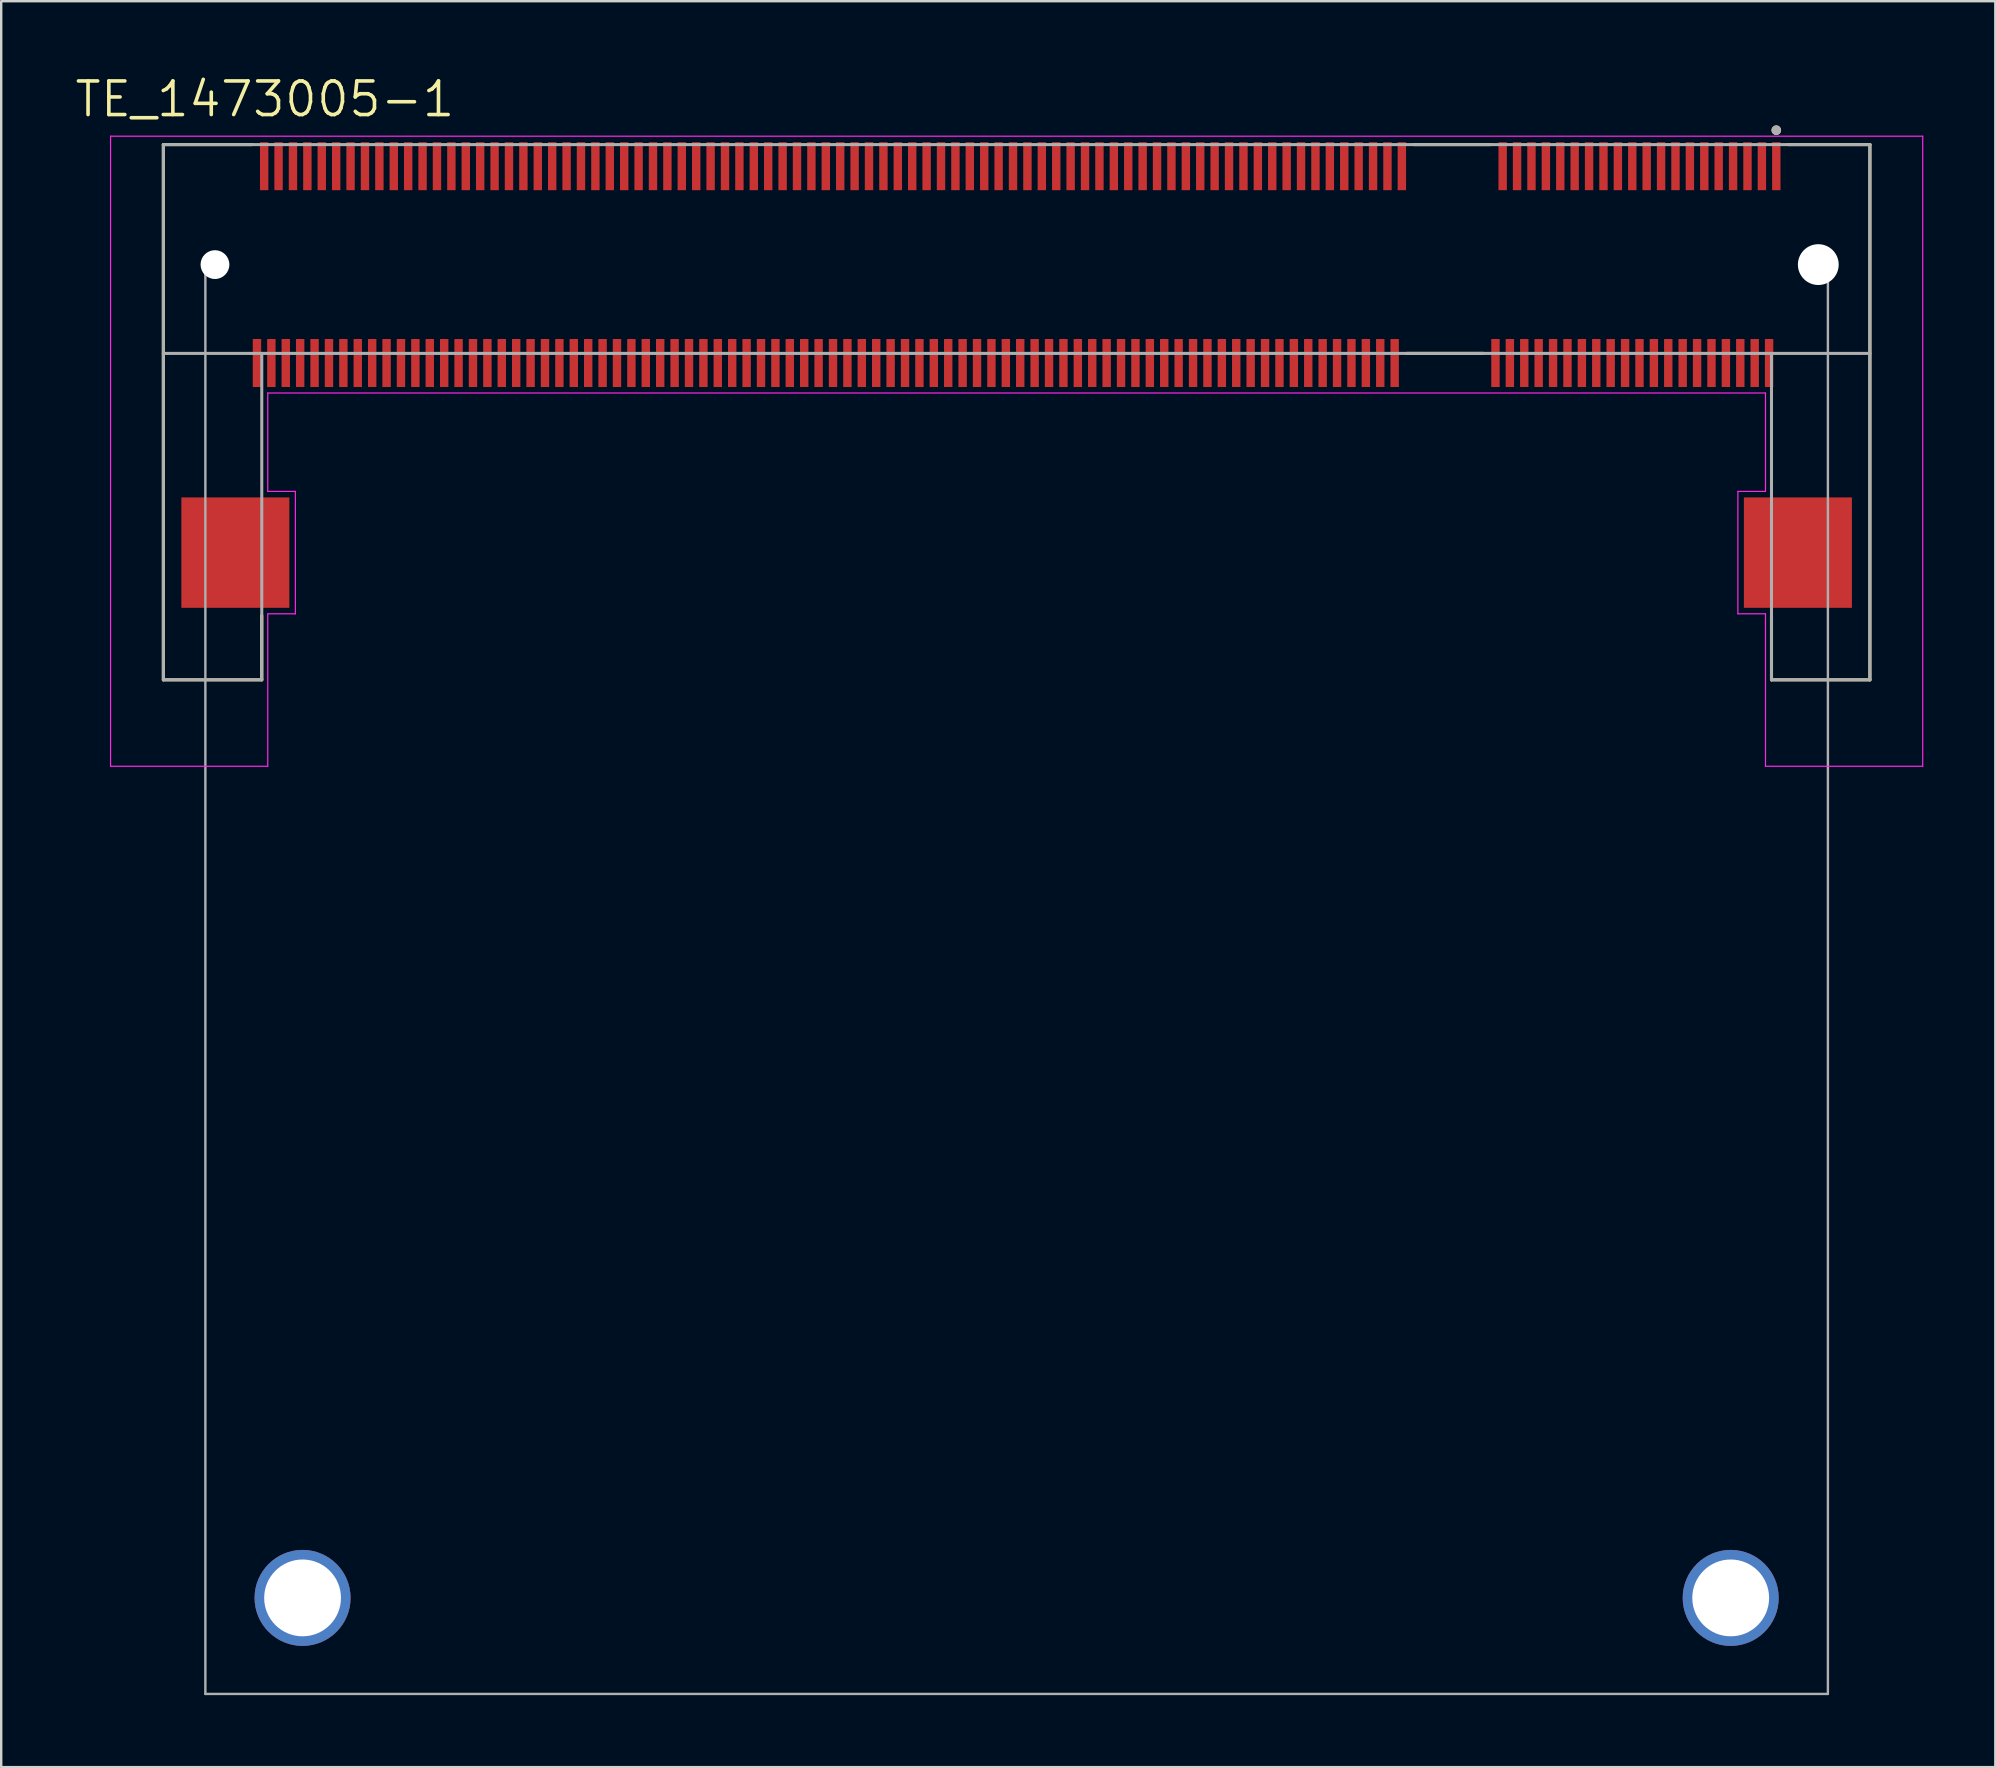
<source format=kicad_pcb>
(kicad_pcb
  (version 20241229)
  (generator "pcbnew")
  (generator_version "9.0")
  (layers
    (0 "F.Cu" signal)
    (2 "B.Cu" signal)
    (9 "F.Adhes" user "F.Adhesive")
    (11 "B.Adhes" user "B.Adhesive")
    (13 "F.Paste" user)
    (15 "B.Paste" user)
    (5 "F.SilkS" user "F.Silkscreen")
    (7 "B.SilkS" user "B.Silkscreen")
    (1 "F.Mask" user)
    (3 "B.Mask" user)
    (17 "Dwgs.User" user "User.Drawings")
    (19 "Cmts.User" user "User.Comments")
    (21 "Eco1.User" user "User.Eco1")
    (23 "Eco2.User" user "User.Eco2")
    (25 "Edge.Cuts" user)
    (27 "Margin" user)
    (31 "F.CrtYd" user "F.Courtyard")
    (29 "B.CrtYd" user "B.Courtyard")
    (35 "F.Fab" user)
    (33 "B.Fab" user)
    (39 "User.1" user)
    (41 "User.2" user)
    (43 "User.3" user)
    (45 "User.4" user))
  (footprint "TE_1473005-1"
    (layer "F.Cu")
    (at 39.306 7.974)
    (property "Reference" "TE_1473005-1" (at -31.321 -6.892 0) (layer "F.SilkS") (effects (font (size 1.4 1.4) (thickness 0.15))))
    (attr smd)
    (fp_line (start -35.55 -5) (end -35.55 17.3) (stroke (width 0.127) (type solid)) (layer "F.SilkS"))
    (fp_line (start -35.55 17.3) (end -31.45 17.3) (stroke (width 0.127) (type solid)) (layer "F.SilkS"))
    (fp_line (start -31.85 -5) (end -35.55 -5) (stroke (width 0.127) (type solid)) (layer "F.SilkS"))
    (fp_line (start -31.45 17.3) (end -31.45 14.62) (stroke (width 0.127) (type solid)) (layer "F.SilkS"))
    (fp_line (start 16.25 3.7) (end 19.45 3.7) (stroke (width 0.127) (type solid)) (layer "F.SilkS"))
    (fp_line (start 16.55 -5) (end 19.75 -5) (stroke (width 0.127) (type solid)) (layer "F.SilkS"))
    (fp_line (start 31.45 14.62) (end 31.45 17.3) (stroke (width 0.127) (type solid)) (layer "F.SilkS"))
    (fp_line (start 32.15 -5) (end 35.55 -5) (stroke (width 0.127) (type solid)) (layer "F.SilkS"))
    (fp_line (start 35.55 -5) (end 35.55 17.3) (stroke (width 0.127) (type solid)) (layer "F.SilkS"))
    (fp_line (start 35.55 17.3) (end 31.45 17.3) (stroke (width 0.127) (type solid)) (layer "F.SilkS"))
    (fp_circle (center 31.65 -5.6) (end 31.75 -5.6) (stroke (width 0.2) (type solid)) (fill no) (layer "F.SilkS"))
    (fp_line (start -37.75 -5.35) (end 37.75 -5.35) (stroke (width 0.05) (type solid)) (layer "F.CrtYd"))
    (fp_line (start -37.75 20.9) (end -37.75 -5.35) (stroke (width 0.05) (type solid)) (layer "F.CrtYd"))
    (fp_line (start -31.2 5.35) (end -31.2 9.45) (stroke (width 0.05) (type solid)) (layer "F.CrtYd"))
    (fp_line (start -31.2 9.45) (end -30.05 9.45) (stroke (width 0.05) (type solid)) (layer "F.CrtYd"))
    (fp_line (start -31.2 14.55) (end -31.2 20.9) (stroke (width 0.05) (type solid)) (layer "F.CrtYd"))
    (fp_line (start -31.2 20.9) (end -37.75 20.9) (stroke (width 0.05) (type solid)) (layer "F.CrtYd"))
    (fp_line (start -30.05 9.45) (end -30.05 14.55) (stroke (width 0.05) (type solid)) (layer "F.CrtYd"))
    (fp_line (start -30.05 14.55) (end -31.2 14.55) (stroke (width 0.05) (type solid)) (layer "F.CrtYd"))
    (fp_line (start 30.05 9.45) (end 31.2 9.45) (stroke (width 0.05) (type solid)) (layer "F.CrtYd"))
    (fp_line (start 30.05 14.55) (end 30.05 9.45) (stroke (width 0.05) (type solid)) (layer "F.CrtYd"))
    (fp_line (start 31.2 5.35) (end -31.2 5.35) (stroke (width 0.05) (type solid)) (layer "F.CrtYd"))
    (fp_line (start 31.2 9.45) (end 31.2 5.35) (stroke (width 0.05) (type solid)) (layer "F.CrtYd"))
    (fp_line (start 31.2 14.55) (end 30.05 14.55) (stroke (width 0.05) (type solid)) (layer "F.CrtYd"))
    (fp_line (start 31.2 20.9) (end 31.2 14.55) (stroke (width 0.05) (type solid)) (layer "F.CrtYd"))
    (fp_line (start 37.75 -5.35) (end 37.75 20.9) (stroke (width 0.05) (type solid)) (layer "F.CrtYd"))
    (fp_line (start 37.75 20.9) (end 31.2 20.9) (stroke (width 0.05) (type solid)) (layer "F.CrtYd"))
    (fp_line (start -35.55 -5) (end -35.55 3.7) (stroke (width 0.127) (type solid)) (layer "F.Fab"))
    (fp_line (start -35.55 -5) (end 35.55 -5) (stroke (width 0.127) (type solid)) (layer "F.Fab"))
    (fp_line (start -35.55 3.7) (end -35.55 17.3) (stroke (width 0.127) (type solid)) (layer "F.Fab"))
    (fp_line (start -35.55 3.7) (end -31.45 3.7) (stroke (width 0.127) (type solid)) (layer "F.Fab"))
    (fp_line (start -35.55 17.3) (end -31.45 17.3) (stroke (width 0.127) (type solid)) (layer "F.Fab"))
    (fp_line (start -33.8 0) (end -33.8 59.55) (stroke (width 0.1) (type default)) (layer "F.Fab"))
    (fp_line (start -33.8 59.55) (end 33.8 59.55) (stroke (width 0.1) (type default)) (layer "F.Fab"))
    (fp_line (start -31.45 3.7) (end 31.45 3.7) (stroke (width 0.127) (type solid)) (layer "F.Fab"))
    (fp_line (start -31.45 17.3) (end -31.45 3.7) (stroke (width 0.127) (type solid)) (layer "F.Fab"))
    (fp_line (start 31.45 3.7) (end 31.45 17.3) (stroke (width 0.127) (type solid)) (layer "F.Fab"))
    (fp_line (start 31.45 3.7) (end 35.55 3.7) (stroke (width 0.127) (type solid)) (layer "F.Fab"))
    (fp_line (start 31.45 17.3) (end 35.55 17.3) (stroke (width 0.127) (type solid)) (layer "F.Fab"))
    (fp_line (start 33.8 59.55) (end 33.8 0) (stroke (width 0.1) (type default)) (layer "F.Fab"))
    (fp_line (start 35.55 -5) (end 35.55 3.7) (stroke (width 0.127) (type solid)) (layer "F.Fab"))
    (fp_line (start 35.55 3.7) (end 35.55 17.3) (stroke (width 0.127) (type solid)) (layer "F.Fab"))
    (fp_circle (center 31.65 -5.6) (end 31.75 -5.6) (stroke (width 0.2) (type solid)) (fill no) (layer "F.Fab"))
    (pad "" np_thru_hole circle (at -33.4 0) (size 1.2 1.2) (drill 1.2) (layers "*.Cu" "*.Mask"))
    (pad "" thru_hole circle (at -29.75 55.55) (size 4 4) (drill 3.2) (layers "*.Cu" "*.Mask"))
    (pad "" thru_hole circle (at 29.75 55.55) (size 4 4) (drill 3.2) (layers "*.Cu" "*.Mask"))
    (pad "" np_thru_hole circle (at 33.4 0) (size 1.7 1.7) (drill 1.7) (layers "*.Cu" "*.Mask"))
    (pad "1" smd rect (at 31.65 -4.1) (size 0.35 2) (layers "F.Cu" "F.Mask" "F.Paste"))
    (pad "2" smd rect (at 31.35 4.1) (size 0.35 2) (layers "F.Cu" "F.Mask" "F.Paste"))
    (pad "3" smd rect (at 31.05 -4.1) (size 0.35 2) (layers "F.Cu" "F.Mask" "F.Paste"))
    (pad "4" smd rect (at 30.75 4.1) (size 0.35 2) (layers "F.Cu" "F.Mask" "F.Paste"))
    (pad "5" smd rect (at 30.45 -4.1) (size 0.35 2) (layers "F.Cu" "F.Mask" "F.Paste"))
    (pad "6" smd rect (at 30.15 4.1) (size 0.35 2) (layers "F.Cu" "F.Mask" "F.Paste"))
    (pad "7" smd rect (at 29.85 -4.1) (size 0.35 2) (layers "F.Cu" "F.Mask" "F.Paste"))
    (pad "8" smd rect (at 29.55 4.1) (size 0.35 2) (layers "F.Cu" "F.Mask" "F.Paste"))
    (pad "9" smd rect (at 29.25 -4.1) (size 0.35 2) (layers "F.Cu" "F.Mask" "F.Paste"))
    (pad "10" smd rect (at 28.95 4.1) (size 0.35 2) (layers "F.Cu" "F.Mask" "F.Paste"))
    (pad "11" smd rect (at 28.65 -4.1) (size 0.35 2) (layers "F.Cu" "F.Mask" "F.Paste"))
    (pad "12" smd rect (at 28.35 4.1) (size 0.35 2) (layers "F.Cu" "F.Mask" "F.Paste"))
    (pad "13" smd rect (at 28.05 -4.1) (size 0.35 2) (layers "F.Cu" "F.Mask" "F.Paste"))
    (pad "14" smd rect (at 27.75 4.1) (size 0.35 2) (layers "F.Cu" "F.Mask" "F.Paste"))
    (pad "15" smd rect (at 27.45 -4.1) (size 0.35 2) (layers "F.Cu" "F.Mask" "F.Paste"))
    (pad "16" smd rect (at 27.15 4.1) (size 0.35 2) (layers "F.Cu" "F.Mask" "F.Paste"))
    (pad "17" smd rect (at 26.85 -4.1) (size 0.35 2) (layers "F.Cu" "F.Mask" "F.Paste"))
    (pad "18" smd rect (at 26.55 4.1) (size 0.35 2) (layers "F.Cu" "F.Mask" "F.Paste"))
    (pad "19" smd rect (at 26.25 -4.1) (size 0.35 2) (layers "F.Cu" "F.Mask" "F.Paste"))
    (pad "20" smd rect (at 25.95 4.1) (size 0.35 2) (layers "F.Cu" "F.Mask" "F.Paste"))
    (pad "21" smd rect (at 25.65 -4.1) (size 0.35 2) (layers "F.Cu" "F.Mask" "F.Paste"))
    (pad "22" smd rect (at 25.35 4.1) (size 0.35 2) (layers "F.Cu" "F.Mask" "F.Paste"))
    (pad "23" smd rect (at 25.05 -4.1) (size 0.35 2) (layers "F.Cu" "F.Mask" "F.Paste"))
    (pad "24" smd rect (at 24.75 4.1) (size 0.35 2) (layers "F.Cu" "F.Mask" "F.Paste"))
    (pad "25" smd rect (at 24.45 -4.1) (size 0.35 2) (layers "F.Cu" "F.Mask" "F.Paste"))
    (pad "26" smd rect (at 24.15 4.1) (size 0.35 2) (layers "F.Cu" "F.Mask" "F.Paste"))
    (pad "27" smd rect (at 23.85 -4.1) (size 0.35 2) (layers "F.Cu" "F.Mask" "F.Paste"))
    (pad "28" smd rect (at 23.55 4.1) (size 0.35 2) (layers "F.Cu" "F.Mask" "F.Paste"))
    (pad "29" smd rect (at 23.25 -4.1) (size 0.35 2) (layers "F.Cu" "F.Mask" "F.Paste"))
    (pad "30" smd rect (at 22.95 4.1) (size 0.35 2) (layers "F.Cu" "F.Mask" "F.Paste"))
    (pad "31" smd rect (at 22.65 -4.1) (size 0.35 2) (layers "F.Cu" "F.Mask" "F.Paste"))
    (pad "32" smd rect (at 22.35 4.1) (size 0.35 2) (layers "F.Cu" "F.Mask" "F.Paste"))
    (pad "33" smd rect (at 22.05 -4.1) (size 0.35 2) (layers "F.Cu" "F.Mask" "F.Paste"))
    (pad "34" smd rect (at 21.75 4.1) (size 0.35 2) (layers "F.Cu" "F.Mask" "F.Paste"))
    (pad "35" smd rect (at 21.45 -4.1) (size 0.35 2) (layers "F.Cu" "F.Mask" "F.Paste"))
    (pad "36" smd rect (at 21.15 4.1) (size 0.35 2) (layers "F.Cu" "F.Mask" "F.Paste"))
    (pad "37" smd rect (at 20.85 -4.1) (size 0.35 2) (layers "F.Cu" "F.Mask" "F.Paste"))
    (pad "38" smd rect (at 20.55 4.1) (size 0.35 2) (layers "F.Cu" "F.Mask" "F.Paste"))
    (pad "39" smd rect (at 20.25 -4.1) (size 0.35 2) (layers "F.Cu" "F.Mask" "F.Paste"))
    (pad "40" smd rect (at 19.95 4.1) (size 0.35 2) (layers "F.Cu" "F.Mask" "F.Paste"))
    (pad "41" smd rect (at 16.05 -4.1) (size 0.35 2) (layers "F.Cu" "F.Mask" "F.Paste"))
    (pad "42" smd rect (at 15.75 4.1) (size 0.35 2) (layers "F.Cu" "F.Mask" "F.Paste"))
    (pad "43" smd rect (at 15.45 -4.1) (size 0.35 2) (layers "F.Cu" "F.Mask" "F.Paste"))
    (pad "44" smd rect (at 15.15 4.1) (size 0.35 2) (layers "F.Cu" "F.Mask" "F.Paste"))
    (pad "45" smd rect (at 14.85 -4.1) (size 0.35 2) (layers "F.Cu" "F.Mask" "F.Paste"))
    (pad "46" smd rect (at 14.55 4.1) (size 0.35 2) (layers "F.Cu" "F.Mask" "F.Paste"))
    (pad "47" smd rect (at 14.25 -4.1) (size 0.35 2) (layers "F.Cu" "F.Mask" "F.Paste"))
    (pad "48" smd rect (at 13.95 4.1) (size 0.35 2) (layers "F.Cu" "F.Mask" "F.Paste"))
    (pad "49" smd rect (at 13.65 -4.1) (size 0.35 2) (layers "F.Cu" "F.Mask" "F.Paste"))
    (pad "50" smd rect (at 13.35 4.1) (size 0.35 2) (layers "F.Cu" "F.Mask" "F.Paste"))
    (pad "51" smd rect (at 13.05 -4.1) (size 0.35 2) (layers "F.Cu" "F.Mask" "F.Paste"))
    (pad "52" smd rect (at 12.75 4.1) (size 0.35 2) (layers "F.Cu" "F.Mask" "F.Paste"))
    (pad "53" smd rect (at 12.45 -4.1) (size 0.35 2) (layers "F.Cu" "F.Mask" "F.Paste"))
    (pad "54" smd rect (at 12.15 4.1) (size 0.35 2) (layers "F.Cu" "F.Mask" "F.Paste"))
    (pad "55" smd rect (at 11.85 -4.1) (size 0.35 2) (layers "F.Cu" "F.Mask" "F.Paste"))
    (pad "56" smd rect (at 11.55 4.1) (size 0.35 2) (layers "F.Cu" "F.Mask" "F.Paste"))
    (pad "57" smd rect (at 11.25 -4.1) (size 0.35 2) (layers "F.Cu" "F.Mask" "F.Paste"))
    (pad "58" smd rect (at 10.95 4.1) (size 0.35 2) (layers "F.Cu" "F.Mask" "F.Paste"))
    (pad "59" smd rect (at 10.65 -4.1) (size 0.35 2) (layers "F.Cu" "F.Mask" "F.Paste"))
    (pad "60" smd rect (at 10.35 4.1) (size 0.35 2) (layers "F.Cu" "F.Mask" "F.Paste"))
    (pad "61" smd rect (at 10.05 -4.1) (size 0.35 2) (layers "F.Cu" "F.Mask" "F.Paste"))
    (pad "62" smd rect (at 9.75 4.1) (size 0.35 2) (layers "F.Cu" "F.Mask" "F.Paste"))
    (pad "63" smd rect (at 9.45 -4.1) (size 0.35 2) (layers "F.Cu" "F.Mask" "F.Paste"))
    (pad "64" smd rect (at 9.15 4.1) (size 0.35 2) (layers "F.Cu" "F.Mask" "F.Paste"))
    (pad "65" smd rect (at 8.85 -4.1) (size 0.35 2) (layers "F.Cu" "F.Mask" "F.Paste"))
    (pad "66" smd rect (at 8.55 4.1) (size 0.35 2) (layers "F.Cu" "F.Mask" "F.Paste"))
    (pad "67" smd rect (at 8.25 -4.1) (size 0.35 2) (layers "F.Cu" "F.Mask" "F.Paste"))
    (pad "68" smd rect (at 7.95 4.1) (size 0.35 2) (layers "F.Cu" "F.Mask" "F.Paste"))
    (pad "69" smd rect (at 7.65 -4.1) (size 0.35 2) (layers "F.Cu" "F.Mask" "F.Paste"))
    (pad "70" smd rect (at 7.35 4.1) (size 0.35 2) (layers "F.Cu" "F.Mask" "F.Paste"))
    (pad "71" smd rect (at 7.05 -4.1) (size 0.35 2) (layers "F.Cu" "F.Mask" "F.Paste"))
    (pad "72" smd rect (at 6.75 4.1) (size 0.35 2) (layers "F.Cu" "F.Mask" "F.Paste"))
    (pad "73" smd rect (at 6.45 -4.1) (size 0.35 2) (layers "F.Cu" "F.Mask" "F.Paste"))
    (pad "74" smd rect (at 6.15 4.1) (size 0.35 2) (layers "F.Cu" "F.Mask" "F.Paste"))
    (pad "75" smd rect (at 5.85 -4.1) (size 0.35 2) (layers "F.Cu" "F.Mask" "F.Paste"))
    (pad "76" smd rect (at 5.55 4.1) (size 0.35 2) (layers "F.Cu" "F.Mask" "F.Paste"))
    (pad "77" smd rect (at 5.25 -4.1) (size 0.35 2) (layers "F.Cu" "F.Mask" "F.Paste"))
    (pad "78" smd rect (at 4.95 4.1) (size 0.35 2) (layers "F.Cu" "F.Mask" "F.Paste"))
    (pad "79" smd rect (at 4.65 -4.1) (size 0.35 2) (layers "F.Cu" "F.Mask" "F.Paste"))
    (pad "80" smd rect (at 4.35 4.1) (size 0.35 2) (layers "F.Cu" "F.Mask" "F.Paste"))
    (pad "81" smd rect (at 4.05 -4.1) (size 0.35 2) (layers "F.Cu" "F.Mask" "F.Paste"))
    (pad "82" smd rect (at 3.75 4.1) (size 0.35 2) (layers "F.Cu" "F.Mask" "F.Paste"))
    (pad "83" smd rect (at 3.45 -4.1) (size 0.35 2) (layers "F.Cu" "F.Mask" "F.Paste"))
    (pad "84" smd rect (at 3.15 4.1) (size 0.35 2) (layers "F.Cu" "F.Mask" "F.Paste"))
    (pad "85" smd rect (at 2.85 -4.1) (size 0.35 2) (layers "F.Cu" "F.Mask" "F.Paste"))
    (pad "86" smd rect (at 2.55 4.1) (size 0.35 2) (layers "F.Cu" "F.Mask" "F.Paste"))
    (pad "87" smd rect (at 2.25 -4.1) (size 0.35 2) (layers "F.Cu" "F.Mask" "F.Paste"))
    (pad "88" smd rect (at 1.95 4.1) (size 0.35 2) (layers "F.Cu" "F.Mask" "F.Paste"))
    (pad "89" smd rect (at 1.65 -4.1) (size 0.35 2) (layers "F.Cu" "F.Mask" "F.Paste"))
    (pad "90" smd rect (at 1.35 4.1) (size 0.35 2) (layers "F.Cu" "F.Mask" "F.Paste"))
    (pad "91" smd rect (at 1.05 -4.1) (size 0.35 2) (layers "F.Cu" "F.Mask" "F.Paste"))
    (pad "92" smd rect (at 0.75 4.1) (size 0.35 2) (layers "F.Cu" "F.Mask" "F.Paste"))
    (pad "93" smd rect (at 0.45 -4.1) (size 0.35 2) (layers "F.Cu" "F.Mask" "F.Paste"))
    (pad "94" smd rect (at 0.15 4.1) (size 0.35 2) (layers "F.Cu" "F.Mask" "F.Paste"))
    (pad "95" smd rect (at -0.15 -4.1) (size 0.35 2) (layers "F.Cu" "F.Mask" "F.Paste"))
    (pad "96" smd rect (at -0.45 4.1) (size 0.35 2) (layers "F.Cu" "F.Mask" "F.Paste"))
    (pad "97" smd rect (at -0.75 -4.1) (size 0.35 2) (layers "F.Cu" "F.Mask" "F.Paste"))
    (pad "98" smd rect (at -1.05 4.1) (size 0.35 2) (layers "F.Cu" "F.Mask" "F.Paste"))
    (pad "99" smd rect (at -1.35 -4.1) (size 0.35 2) (layers "F.Cu" "F.Mask" "F.Paste"))
    (pad "100" smd rect (at -1.65 4.1) (size 0.35 2) (layers "F.Cu" "F.Mask" "F.Paste"))
    (pad "101" smd rect (at -1.95 -4.1) (size 0.35 2) (layers "F.Cu" "F.Mask" "F.Paste"))
    (pad "102" smd rect (at -2.25 4.1) (size 0.35 2) (layers "F.Cu" "F.Mask" "F.Paste"))
    (pad "103" smd rect (at -2.55 -4.1) (size 0.35 2) (layers "F.Cu" "F.Mask" "F.Paste"))
    (pad "104" smd rect (at -2.85 4.1) (size 0.35 2) (layers "F.Cu" "F.Mask" "F.Paste"))
    (pad "105" smd rect (at -3.15 -4.1) (size 0.35 2) (layers "F.Cu" "F.Mask" "F.Paste"))
    (pad "106" smd rect (at -3.45 4.1) (size 0.35 2) (layers "F.Cu" "F.Mask" "F.Paste"))
    (pad "107" smd rect (at -3.75 -4.1) (size 0.35 2) (layers "F.Cu" "F.Mask" "F.Paste"))
    (pad "108" smd rect (at -4.05 4.1) (size 0.35 2) (layers "F.Cu" "F.Mask" "F.Paste"))
    (pad "109" smd rect (at -4.35 -4.1) (size 0.35 2) (layers "F.Cu" "F.Mask" "F.Paste"))
    (pad "110" smd rect (at -4.65 4.1) (size 0.35 2) (layers "F.Cu" "F.Mask" "F.Paste"))
    (pad "111" smd rect (at -4.95 -4.1) (size 0.35 2) (layers "F.Cu" "F.Mask" "F.Paste"))
    (pad "112" smd rect (at -5.25 4.1) (size 0.35 2) (layers "F.Cu" "F.Mask" "F.Paste"))
    (pad "113" smd rect (at -5.55 -4.1) (size 0.35 2) (layers "F.Cu" "F.Mask" "F.Paste"))
    (pad "114" smd rect (at -5.85 4.1) (size 0.35 2) (layers "F.Cu" "F.Mask" "F.Paste"))
    (pad "115" smd rect (at -6.15 -4.1) (size 0.35 2) (layers "F.Cu" "F.Mask" "F.Paste"))
    (pad "116" smd rect (at -6.45 4.1) (size 0.35 2) (layers "F.Cu" "F.Mask" "F.Paste"))
    (pad "117" smd rect (at -6.75 -4.1) (size 0.35 2) (layers "F.Cu" "F.Mask" "F.Paste"))
    (pad "118" smd rect (at -7.05 4.1) (size 0.35 2) (layers "F.Cu" "F.Mask" "F.Paste"))
    (pad "119" smd rect (at -7.35 -4.1) (size 0.35 2) (layers "F.Cu" "F.Mask" "F.Paste"))
    (pad "120" smd rect (at -7.65 4.1) (size 0.35 2) (layers "F.Cu" "F.Mask" "F.Paste"))
    (pad "121" smd rect (at -7.95 -4.1) (size 0.35 2) (layers "F.Cu" "F.Mask" "F.Paste"))
    (pad "122" smd rect (at -8.25 4.1) (size 0.35 2) (layers "F.Cu" "F.Mask" "F.Paste"))
    (pad "123" smd rect (at -8.55 -4.1) (size 0.35 2) (layers "F.Cu" "F.Mask" "F.Paste"))
    (pad "124" smd rect (at -8.85 4.1) (size 0.35 2) (layers "F.Cu" "F.Mask" "F.Paste"))
    (pad "125" smd rect (at -9.15 -4.1) (size 0.35 2) (layers "F.Cu" "F.Mask" "F.Paste"))
    (pad "126" smd rect (at -9.45 4.1) (size 0.35 2) (layers "F.Cu" "F.Mask" "F.Paste"))
    (pad "127" smd rect (at -9.75 -4.1) (size 0.35 2) (layers "F.Cu" "F.Mask" "F.Paste"))
    (pad "128" smd rect (at -10.05 4.1) (size 0.35 2) (layers "F.Cu" "F.Mask" "F.Paste"))
    (pad "129" smd rect (at -10.35 -4.1) (size 0.35 2) (layers "F.Cu" "F.Mask" "F.Paste"))
    (pad "130" smd rect (at -10.65 4.1) (size 0.35 2) (layers "F.Cu" "F.Mask" "F.Paste"))
    (pad "131" smd rect (at -10.95 -4.1) (size 0.35 2) (layers "F.Cu" "F.Mask" "F.Paste"))
    (pad "132" smd rect (at -11.25 4.1) (size 0.35 2) (layers "F.Cu" "F.Mask" "F.Paste"))
    (pad "133" smd rect (at -11.55 -4.1) (size 0.35 2) (layers "F.Cu" "F.Mask" "F.Paste"))
    (pad "134" smd rect (at -11.85 4.1) (size 0.35 2) (layers "F.Cu" "F.Mask" "F.Paste"))
    (pad "135" smd rect (at -12.15 -4.1) (size 0.35 2) (layers "F.Cu" "F.Mask" "F.Paste"))
    (pad "136" smd rect (at -12.45 4.1) (size 0.35 2) (layers "F.Cu" "F.Mask" "F.Paste"))
    (pad "137" smd rect (at -12.75 -4.1) (size 0.35 2) (layers "F.Cu" "F.Mask" "F.Paste"))
    (pad "138" smd rect (at -13.05 4.1) (size 0.35 2) (layers "F.Cu" "F.Mask" "F.Paste"))
    (pad "139" smd rect (at -13.35 -4.1) (size 0.35 2) (layers "F.Cu" "F.Mask" "F.Paste"))
    (pad "140" smd rect (at -13.65 4.1) (size 0.35 2) (layers "F.Cu" "F.Mask" "F.Paste"))
    (pad "141" smd rect (at -13.95 -4.1) (size 0.35 2) (layers "F.Cu" "F.Mask" "F.Paste"))
    (pad "142" smd rect (at -14.25 4.1) (size 0.35 2) (layers "F.Cu" "F.Mask" "F.Paste"))
    (pad "143" smd rect (at -14.55 -4.1) (size 0.35 2) (layers "F.Cu" "F.Mask" "F.Paste"))
    (pad "144" smd rect (at -14.85 4.1) (size 0.35 2) (layers "F.Cu" "F.Mask" "F.Paste"))
    (pad "145" smd rect (at -15.15 -4.1) (size 0.35 2) (layers "F.Cu" "F.Mask" "F.Paste"))
    (pad "146" smd rect (at -15.45 4.1) (size 0.35 2) (layers "F.Cu" "F.Mask" "F.Paste"))
    (pad "147" smd rect (at -15.75 -4.1) (size 0.35 2) (layers "F.Cu" "F.Mask" "F.Paste"))
    (pad "148" smd rect (at -16.05 4.1) (size 0.35 2) (layers "F.Cu" "F.Mask" "F.Paste"))
    (pad "149" smd rect (at -16.35 -4.1) (size 0.35 2) (layers "F.Cu" "F.Mask" "F.Paste"))
    (pad "150" smd rect (at -16.65 4.1) (size 0.35 2) (layers "F.Cu" "F.Mask" "F.Paste"))
    (pad "151" smd rect (at -16.95 -4.1) (size 0.35 2) (layers "F.Cu" "F.Mask" "F.Paste"))
    (pad "152" smd rect (at -17.25 4.1) (size 0.35 2) (layers "F.Cu" "F.Mask" "F.Paste"))
    (pad "153" smd rect (at -17.55 -4.1) (size 0.35 2) (layers "F.Cu" "F.Mask" "F.Paste"))
    (pad "154" smd rect (at -17.85 4.1) (size 0.35 2) (layers "F.Cu" "F.Mask" "F.Paste"))
    (pad "155" smd rect (at -18.15 -4.1) (size 0.35 2) (layers "F.Cu" "F.Mask" "F.Paste"))
    (pad "156" smd rect (at -18.45 4.1) (size 0.35 2) (layers "F.Cu" "F.Mask" "F.Paste"))
    (pad "157" smd rect (at -18.75 -4.1) (size 0.35 2) (layers "F.Cu" "F.Mask" "F.Paste"))
    (pad "158" smd rect (at -19.05 4.1) (size 0.35 2) (layers "F.Cu" "F.Mask" "F.Paste"))
    (pad "159" smd rect (at -19.35 -4.1) (size 0.35 2) (layers "F.Cu" "F.Mask" "F.Paste"))
    (pad "160" smd rect (at -19.65 4.1) (size 0.35 2) (layers "F.Cu" "F.Mask" "F.Paste"))
    (pad "161" smd rect (at -19.95 -4.1) (size 0.35 2) (layers "F.Cu" "F.Mask" "F.Paste"))
    (pad "162" smd rect (at -20.25 4.1) (size 0.35 2) (layers "F.Cu" "F.Mask" "F.Paste"))
    (pad "163" smd rect (at -20.55 -4.1) (size 0.35 2) (layers "F.Cu" "F.Mask" "F.Paste"))
    (pad "164" smd rect (at -20.85 4.1) (size 0.35 2) (layers "F.Cu" "F.Mask" "F.Paste"))
    (pad "165" smd rect (at -21.15 -4.1) (size 0.35 2) (layers "F.Cu" "F.Mask" "F.Paste"))
    (pad "166" smd rect (at -21.45 4.1) (size 0.35 2) (layers "F.Cu" "F.Mask" "F.Paste"))
    (pad "167" smd rect (at -21.75 -4.1) (size 0.35 2) (layers "F.Cu" "F.Mask" "F.Paste"))
    (pad "168" smd rect (at -22.05 4.1) (size 0.35 2) (layers "F.Cu" "F.Mask" "F.Paste"))
    (pad "169" smd rect (at -22.35 -4.1) (size 0.35 2) (layers "F.Cu" "F.Mask" "F.Paste"))
    (pad "170" smd rect (at -22.65 4.1) (size 0.35 2) (layers "F.Cu" "F.Mask" "F.Paste"))
    (pad "171" smd rect (at -22.95 -4.1) (size 0.35 2) (layers "F.Cu" "F.Mask" "F.Paste"))
    (pad "172" smd rect (at -23.25 4.1) (size 0.35 2) (layers "F.Cu" "F.Mask" "F.Paste"))
    (pad "173" smd rect (at -23.55 -4.1) (size 0.35 2) (layers "F.Cu" "F.Mask" "F.Paste"))
    (pad "174" smd rect (at -23.85 4.1) (size 0.35 2) (layers "F.Cu" "F.Mask" "F.Paste"))
    (pad "175" smd rect (at -24.15 -4.1) (size 0.35 2) (layers "F.Cu" "F.Mask" "F.Paste"))
    (pad "176" smd rect (at -24.45 4.1) (size 0.35 2) (layers "F.Cu" "F.Mask" "F.Paste"))
    (pad "177" smd rect (at -24.75 -4.1) (size 0.35 2) (layers "F.Cu" "F.Mask" "F.Paste"))
    (pad "178" smd rect (at -25.05 4.1) (size 0.35 2) (layers "F.Cu" "F.Mask" "F.Paste"))
    (pad "179" smd rect (at -25.35 -4.1) (size 0.35 2) (layers "F.Cu" "F.Mask" "F.Paste"))
    (pad "180" smd rect (at -25.65 4.1) (size 0.35 2) (layers "F.Cu" "F.Mask" "F.Paste"))
    (pad "181" smd rect (at -25.95 -4.1) (size 0.35 2) (layers "F.Cu" "F.Mask" "F.Paste"))
    (pad "182" smd rect (at -26.25 4.1) (size 0.35 2) (layers "F.Cu" "F.Mask" "F.Paste"))
    (pad "183" smd rect (at -26.55 -4.1) (size 0.35 2) (layers "F.Cu" "F.Mask" "F.Paste"))
    (pad "184" smd rect (at -26.85 4.1) (size 0.35 2) (layers "F.Cu" "F.Mask" "F.Paste"))
    (pad "185" smd rect (at -27.15 -4.1) (size 0.35 2) (layers "F.Cu" "F.Mask" "F.Paste"))
    (pad "186" smd rect (at -27.45 4.1) (size 0.35 2) (layers "F.Cu" "F.Mask" "F.Paste"))
    (pad "187" smd rect (at -27.75 -4.1) (size 0.35 2) (layers "F.Cu" "F.Mask" "F.Paste"))
    (pad "188" smd rect (at -28.05 4.1) (size 0.35 2) (layers "F.Cu" "F.Mask" "F.Paste"))
    (pad "189" smd rect (at -28.35 -4.1) (size 0.35 2) (layers "F.Cu" "F.Mask" "F.Paste"))
    (pad "190" smd rect (at -28.65 4.1) (size 0.35 2) (layers "F.Cu" "F.Mask" "F.Paste"))
    (pad "191" smd rect (at -28.95 -4.1) (size 0.35 2) (layers "F.Cu" "F.Mask" "F.Paste"))
    (pad "192" smd rect (at -29.25 4.1) (size 0.35 2) (layers "F.Cu" "F.Mask" "F.Paste"))
    (pad "193" smd rect (at -29.55 -4.1) (size 0.35 2) (layers "F.Cu" "F.Mask" "F.Paste"))
    (pad "194" smd rect (at -29.85 4.1) (size 0.35 2) (layers "F.Cu" "F.Mask" "F.Paste"))
    (pad "195" smd rect (at -30.15 -4.1) (size 0.35 2) (layers "F.Cu" "F.Mask" "F.Paste"))
    (pad "196" smd rect (at -30.45 4.1) (size 0.35 2) (layers "F.Cu" "F.Mask" "F.Paste"))
    (pad "197" smd rect (at -30.75 -4.1) (size 0.35 2) (layers "F.Cu" "F.Mask" "F.Paste"))
    (pad "198" smd rect (at -31.05 4.1) (size 0.35 2) (layers "F.Cu" "F.Mask" "F.Paste"))
    (pad "199" smd rect (at -31.35 -4.1) (size 0.35 2) (layers "F.Cu" "F.Mask" "F.Paste"))
    (pad "200" smd rect (at -31.65 4.1) (size 0.35 2) (layers "F.Cu" "F.Mask" "F.Paste"))
    (pad "S1" smd rect (at 32.55 12) (size 4.5 4.6) (layers "F.Cu" "F.Mask" "F.Paste"))
    (pad "S2" smd rect (at -32.55 12) (size 4.5 4.6) (layers "F.Cu" "F.Mask" "F.Paste")))
  (gr_rect
    (start -3 -3)
    (end 80.081 70.574)
    (stroke (width 0.1) (type default))
    (fill no)
    (layer "Edge.Cuts")))
</source>
